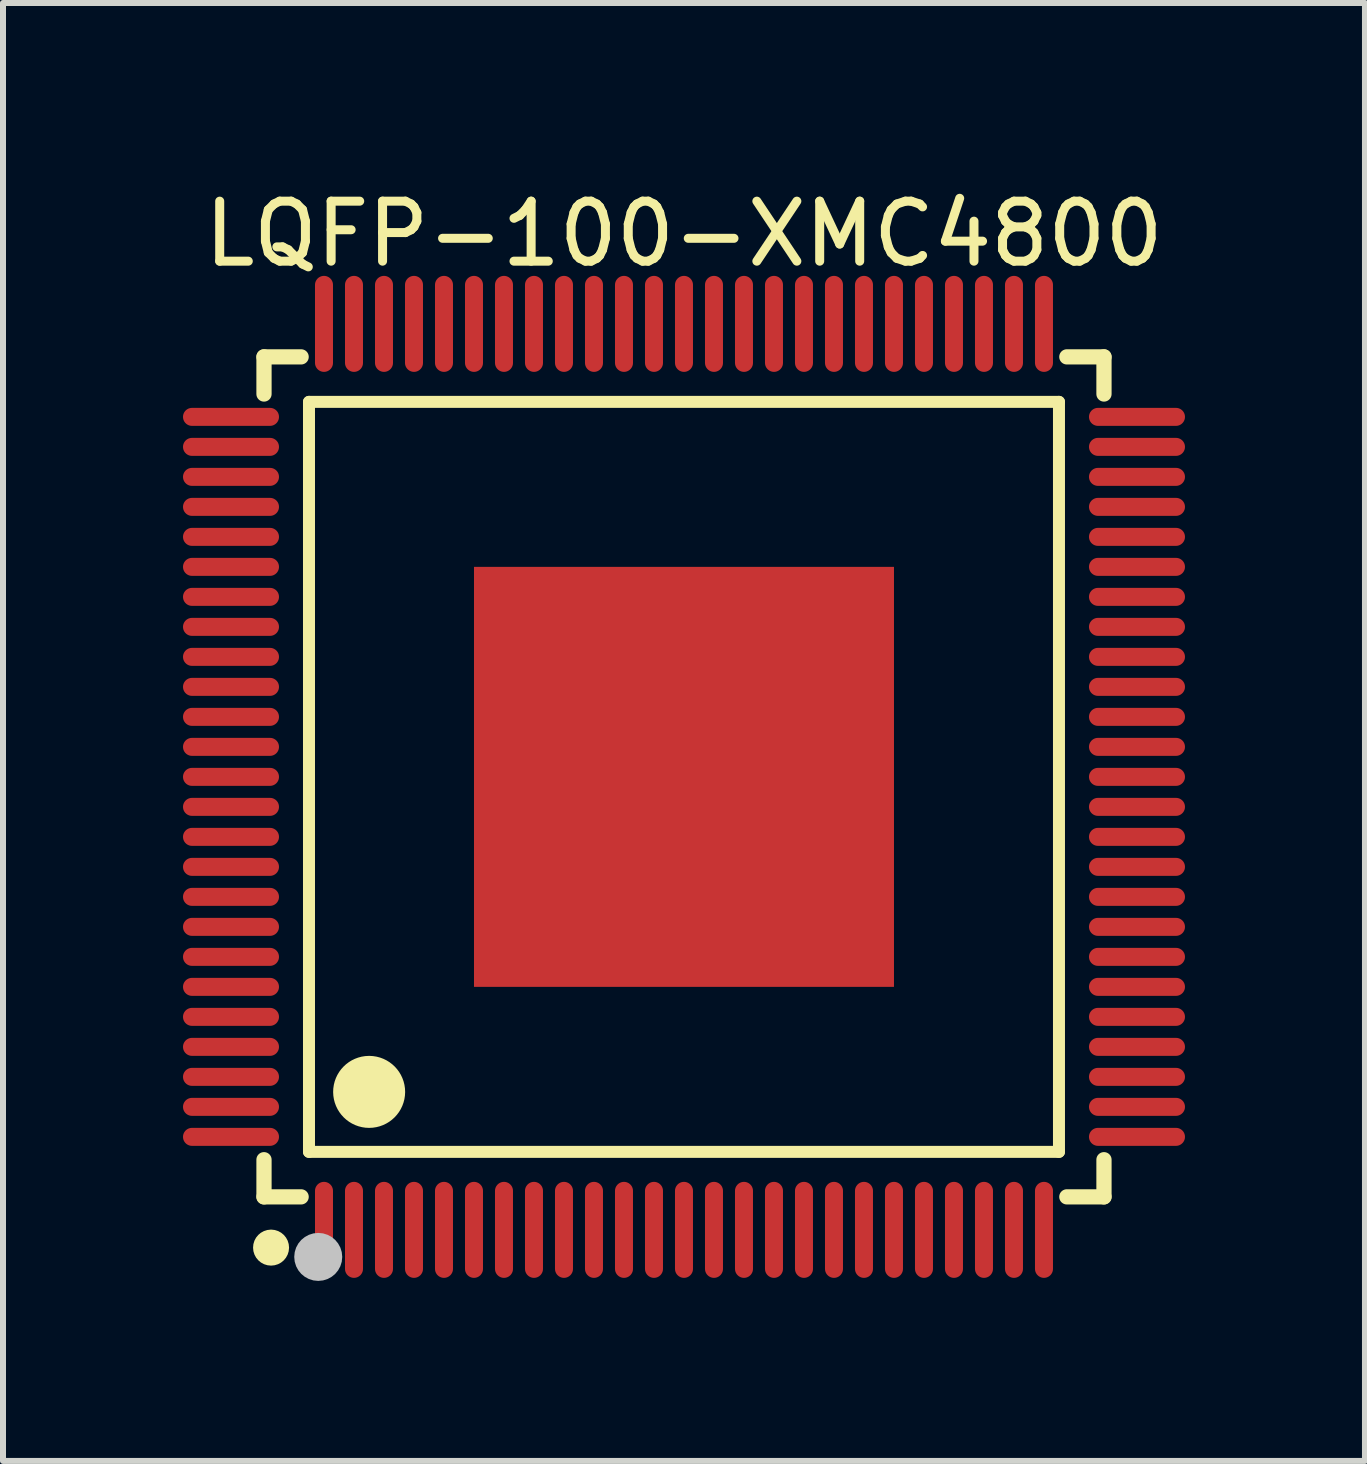
<source format=kicad_pcb>
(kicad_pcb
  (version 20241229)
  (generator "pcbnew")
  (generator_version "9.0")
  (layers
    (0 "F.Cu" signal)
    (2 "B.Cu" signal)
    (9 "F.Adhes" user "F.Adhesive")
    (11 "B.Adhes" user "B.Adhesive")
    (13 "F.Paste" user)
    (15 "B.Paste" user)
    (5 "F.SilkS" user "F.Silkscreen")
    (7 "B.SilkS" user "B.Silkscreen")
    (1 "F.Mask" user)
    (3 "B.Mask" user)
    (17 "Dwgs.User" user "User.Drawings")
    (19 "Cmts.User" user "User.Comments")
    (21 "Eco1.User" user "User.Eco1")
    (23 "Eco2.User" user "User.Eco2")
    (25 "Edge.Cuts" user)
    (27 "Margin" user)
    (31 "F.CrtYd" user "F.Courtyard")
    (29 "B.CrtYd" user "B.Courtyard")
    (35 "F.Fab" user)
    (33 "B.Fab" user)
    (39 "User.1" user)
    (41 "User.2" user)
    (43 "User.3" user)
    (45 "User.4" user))
  (footprint "LQFP-100-XMC4800"
    (layer "F.Cu")
    (at 8.35 9.898)
    (property "Reference" "LQFP-100-XMC4800" (at 0 -9.05 0) (layer "F.SilkS") (effects (font (size 1 1) (thickness 0.15))))
    (fp_line (start -7 -7) (end -6.381 -7) (stroke (width 0.254) (type default)) (layer "F.SilkS"))
    (fp_line (start -7 -6.381) (end -7 -7) (stroke (width 0.254) (type default)) (layer "F.SilkS"))
    (fp_line (start -7 7) (end -7 6.381) (stroke (width 0.254) (type default)) (layer "F.SilkS"))
    (fp_line (start -6.381 7) (end -7 7) (stroke (width 0.254) (type default)) (layer "F.SilkS"))
    (fp_line (start -6.25 -6.25) (end -6.25 6.25) (stroke (width 0.2) (type default)) (layer "F.SilkS"))
    (fp_line (start -6.25 6.25) (end 6.25 6.25) (stroke (width 0.2) (type default)) (layer "F.SilkS"))
    (fp_line (start 6.25 -6.25) (end -6.25 -6.25) (stroke (width 0.2) (type default)) (layer "F.SilkS"))
    (fp_line (start 6.25 6.25) (end 6.25 -6.25) (stroke (width 0.2) (type default)) (layer "F.SilkS"))
    (fp_line (start 6.381 -7) (end 7 -7) (stroke (width 0.254) (type default)) (layer "F.SilkS"))
    (fp_line (start 7 -7) (end 7 -6.381) (stroke (width 0.254) (type default)) (layer "F.SilkS"))
    (fp_line (start 7 6.381) (end 7 7) (stroke (width 0.254) (type default)) (layer "F.SilkS"))
    (fp_line (start 7 7) (end 6.381 7) (stroke (width 0.254) (type default)) (layer "F.SilkS"))
    (fp_arc (start -6.881 7.696) (mid -6.88175 7.996003) (end -6.8835 7.696) (stroke (width 0.3) (type default)) (layer "F.SilkS"))
    (fp_arc (start -5.245 4.9505) (mid -5.2475 5.55051) (end -5.25 4.9505) (stroke (width 0.6) (type default)) (layer "F.SilkS"))
    (fp_circle (center -6.096 8.001) (end -5.896 8.001) (stroke (width 0.4) (type default)) (fill no) (layer "Dwgs.User"))
    (fp_poly (pts (xy -8.002 -5.89) (xy -8.002 -6.11) (xy -7.352 -6.11) (xy -7.352 -5.89)) (stroke (width 0.1) (type default)) (fill no) (layer "User.1"))
    (fp_poly (pts (xy -8.002 -5.39) (xy -8.002 -5.61) (xy -7.352 -5.61) (xy -7.352 -5.39)) (stroke (width 0.1) (type default)) (fill no) (layer "User.1"))
    (fp_poly (pts (xy -8.002 -4.89) (xy -8.002 -5.11) (xy -7.352 -5.11) (xy -7.352 -4.89)) (stroke (width 0.1) (type default)) (fill no) (layer "User.1"))
    (fp_poly (pts (xy -8.002 -4.39) (xy -8.002 -4.61) (xy -7.352 -4.61) (xy -7.352 -4.39)) (stroke (width 0.1) (type default)) (fill no) (layer "User.1"))
    (fp_poly (pts (xy -8.002 -3.89) (xy -8.002 -4.11) (xy -7.352 -4.11) (xy -7.352 -3.89)) (stroke (width 0.1) (type default)) (fill no) (layer "User.1"))
    (fp_poly (pts (xy -8.002 -3.39) (xy -8.002 -3.61) (xy -7.352 -3.61) (xy -7.352 -3.39)) (stroke (width 0.1) (type default)) (fill no) (layer "User.1"))
    (fp_poly (pts (xy -8.002 -2.89) (xy -8.002 -3.11) (xy -7.352 -3.11) (xy -7.352 -2.89)) (stroke (width 0.1) (type default)) (fill no) (layer "User.1"))
    (fp_poly (pts (xy -8.002 -2.39) (xy -8.002 -2.61) (xy -7.352 -2.61) (xy -7.352 -2.39)) (stroke (width 0.1) (type default)) (fill no) (layer "User.1"))
    (fp_poly (pts (xy -8.002 -1.89) (xy -8.002 -2.11) (xy -7.352 -2.11) (xy -7.352 -1.89)) (stroke (width 0.1) (type default)) (fill no) (layer "User.1"))
    (fp_poly (pts (xy -8.002 -1.39) (xy -8.002 -1.61) (xy -7.352 -1.61) (xy -7.352 -1.39)) (stroke (width 0.1) (type default)) (fill no) (layer "User.1"))
    (fp_poly (pts (xy -8.002 -0.89) (xy -8.002 -1.11) (xy -7.352 -1.11) (xy -7.352 -0.89)) (stroke (width 0.1) (type default)) (fill no) (layer "User.1"))
    (fp_poly (pts (xy -8.002 -0.39) (xy -8.002 -0.61) (xy -7.352 -0.61) (xy -7.352 -0.39)) (stroke (width 0.1) (type default)) (fill no) (layer "User.1"))
    (fp_poly (pts (xy -8.002 0.11) (xy -8.002 -0.11) (xy -7.352 -0.11) (xy -7.352 0.11)) (stroke (width 0.1) (type default)) (fill no) (layer "User.1"))
    (fp_poly (pts (xy -8.002 0.61) (xy -8.002 0.39) (xy -7.352 0.39) (xy -7.352 0.61)) (stroke (width 0.1) (type default)) (fill no) (layer "User.1"))
    (fp_poly (pts (xy -8.002 1.11) (xy -8.002 0.89) (xy -7.352 0.89) (xy -7.352 1.11)) (stroke (width 0.1) (type default)) (fill no) (layer "User.1"))
    (fp_poly (pts (xy -8.002 1.61) (xy -8.002 1.39) (xy -7.352 1.39) (xy -7.352 1.61)) (stroke (width 0.1) (type default)) (fill no) (layer "User.1"))
    (fp_poly (pts (xy -8.002 2.11) (xy -8.002 1.89) (xy -7.352 1.89) (xy -7.352 2.11)) (stroke (width 0.1) (type default)) (fill no) (layer "User.1"))
    (fp_poly (pts (xy -8.002 2.61) (xy -8.002 2.39) (xy -7.352 2.39) (xy -7.352 2.61)) (stroke (width 0.1) (type default)) (fill no) (layer "User.1"))
    (fp_poly (pts (xy -8.002 3.11) (xy -8.002 2.89) (xy -7.352 2.89) (xy -7.352 3.11)) (stroke (width 0.1) (type default)) (fill no) (layer "User.1"))
    (fp_poly (pts (xy -8.002 3.61) (xy -8.002 3.39) (xy -7.352 3.39) (xy -7.352 3.61)) (stroke (width 0.1) (type default)) (fill no) (layer "User.1"))
    (fp_poly (pts (xy -8.002 4.11) (xy -8.002 3.89) (xy -7.352 3.89) (xy -7.352 4.11)) (stroke (width 0.1) (type default)) (fill no) (layer "User.1"))
    (fp_poly (pts (xy -8.002 4.61) (xy -8.002 4.39) (xy -7.352 4.39) (xy -7.352 4.61)) (stroke (width 0.1) (type default)) (fill no) (layer "User.1"))
    (fp_poly (pts (xy -8.002 5.11) (xy -8.002 4.89) (xy -7.352 4.89) (xy -7.352 5.11)) (stroke (width 0.1) (type default)) (fill no) (layer "User.1"))
    (fp_poly (pts (xy -8.002 5.61) (xy -8.002 5.39) (xy -7.352 5.39) (xy -7.352 5.61)) (stroke (width 0.1) (type default)) (fill no) (layer "User.1"))
    (fp_poly (pts (xy -8.002 6.111) (xy -8.002 5.891) (xy -7.352 5.891) (xy -7.352 6.111)) (stroke (width 0.1) (type default)) (fill no) (layer "User.1"))
    (fp_poly (pts (xy -6.111 -8.002) (xy -5.891 -8.002) (xy -5.891 -7.352) (xy -6.111 -7.352)) (stroke (width 0.1) (type default)) (fill no) (layer "User.1"))
    (fp_poly (pts (xy -5.89 8.002) (xy -6.11 8.002) (xy -6.11 7.352) (xy -5.89 7.352)) (stroke (width 0.1) (type default)) (fill no) (layer "User.1"))
    (fp_poly (pts (xy -5.61 -8.002) (xy -5.39 -8.002) (xy -5.39 -7.352) (xy -5.61 -7.352)) (stroke (width 0.1) (type default)) (fill no) (layer "User.1"))
    (fp_poly (pts (xy -5.39 8.002) (xy -5.61 8.002) (xy -5.61 7.352) (xy -5.39 7.352)) (stroke (width 0.1) (type default)) (fill no) (layer "User.1"))
    (fp_poly (pts (xy -5.11 -8.002) (xy -4.89 -8.002) (xy -4.89 -7.352) (xy -5.11 -7.352)) (stroke (width 0.1) (type default)) (fill no) (layer "User.1"))
    (fp_poly (pts (xy -4.89 8.002) (xy -5.11 8.002) (xy -5.11 7.352) (xy -4.89 7.352)) (stroke (width 0.1) (type default)) (fill no) (layer "User.1"))
    (fp_poly (pts (xy -4.61 -8.002) (xy -4.39 -8.002) (xy -4.39 -7.352) (xy -4.61 -7.352)) (stroke (width 0.1) (type default)) (fill no) (layer "User.1"))
    (fp_poly (pts (xy -4.39 8.002) (xy -4.61 8.002) (xy -4.61 7.352) (xy -4.39 7.352)) (stroke (width 0.1) (type default)) (fill no) (layer "User.1"))
    (fp_poly (pts (xy -4.11 -8.002) (xy -3.89 -8.002) (xy -3.89 -7.352) (xy -4.11 -7.352)) (stroke (width 0.1) (type default)) (fill no) (layer "User.1"))
    (fp_poly (pts (xy -3.89 8.002) (xy -4.11 8.002) (xy -4.11 7.352) (xy -3.89 7.352)) (stroke (width 0.1) (type default)) (fill no) (layer "User.1"))
    (fp_poly (pts (xy -3.61 -8.002) (xy -3.39 -8.002) (xy -3.39 -7.352) (xy -3.61 -7.352)) (stroke (width 0.1) (type default)) (fill no) (layer "User.1"))
    (fp_poly (pts (xy -3.5 -3.5) (xy 3.5 -3.5) (xy 3.5 3.5) (xy -3.5 3.5)) (stroke (width 0.1) (type default)) (fill no) (layer "User.1"))
    (fp_poly (pts (xy -3.39 8.002) (xy -3.61 8.002) (xy -3.61 7.352) (xy -3.39 7.352)) (stroke (width 0.1) (type default)) (fill no) (layer "User.1"))
    (fp_poly (pts (xy -3.11 -8.002) (xy -2.89 -8.002) (xy -2.89 -7.352) (xy -3.11 -7.352)) (stroke (width 0.1) (type default)) (fill no) (layer "User.1"))
    (fp_poly (pts (xy -2.89 8.002) (xy -3.11 8.002) (xy -3.11 7.352) (xy -2.89 7.352)) (stroke (width 0.1) (type default)) (fill no) (layer "User.1"))
    (fp_poly (pts (xy -2.61 -8.002) (xy -2.39 -8.002) (xy -2.39 -7.352) (xy -2.61 -7.352)) (stroke (width 0.1) (type default)) (fill no) (layer "User.1"))
    (fp_poly (pts (xy -2.39 8.002) (xy -2.61 8.002) (xy -2.61 7.352) (xy -2.39 7.352)) (stroke (width 0.1) (type default)) (fill no) (layer "User.1"))
    (fp_poly (pts (xy -2.11 -8.002) (xy -1.89 -8.002) (xy -1.89 -7.352) (xy -2.11 -7.352)) (stroke (width 0.1) (type default)) (fill no) (layer "User.1"))
    (fp_poly (pts (xy -1.89 8.002) (xy -2.11 8.002) (xy -2.11 7.352) (xy -1.89 7.352)) (stroke (width 0.1) (type default)) (fill no) (layer "User.1"))
    (fp_poly (pts (xy -1.61 -8.002) (xy -1.39 -8.002) (xy -1.39 -7.352) (xy -1.61 -7.352)) (stroke (width 0.1) (type default)) (fill no) (layer "User.1"))
    (fp_poly (pts (xy -1.39 8.002) (xy -1.61 8.002) (xy -1.61 7.352) (xy -1.39 7.352)) (stroke (width 0.1) (type default)) (fill no) (layer "User.1"))
    (fp_poly (pts (xy -1.11 -8.002) (xy -0.89 -8.002) (xy -0.89 -7.352) (xy -1.11 -7.352)) (stroke (width 0.1) (type default)) (fill no) (layer "User.1"))
    (fp_poly (pts (xy -0.89 8.002) (xy -1.11 8.002) (xy -1.11 7.352) (xy -0.89 7.352)) (stroke (width 0.1) (type default)) (fill no) (layer "User.1"))
    (fp_poly (pts (xy -0.61 -8.002) (xy -0.39 -8.002) (xy -0.39 -7.352) (xy -0.61 -7.352)) (stroke (width 0.1) (type default)) (fill no) (layer "User.1"))
    (fp_poly (pts (xy -0.39 8.002) (xy -0.61 8.002) (xy -0.61 7.352) (xy -0.39 7.352)) (stroke (width 0.1) (type default)) (fill no) (layer "User.1"))
    (fp_poly (pts (xy -0.11 -8.002) (xy 0.11 -8.002) (xy 0.11 -7.352) (xy -0.11 -7.352)) (stroke (width 0.1) (type default)) (fill no) (layer "User.1"))
    (fp_poly (pts (xy 0.11 8.002) (xy -0.11 8.002) (xy -0.11 7.352) (xy 0.11 7.352)) (stroke (width 0.1) (type default)) (fill no) (layer "User.1"))
    (fp_poly (pts (xy 0.39 -8.002) (xy 0.61 -8.002) (xy 0.61 -7.352) (xy 0.39 -7.352)) (stroke (width 0.1) (type default)) (fill no) (layer "User.1"))
    (fp_poly (pts (xy 0.61 8.002) (xy 0.39 8.002) (xy 0.39 7.352) (xy 0.61 7.352)) (stroke (width 0.1) (type default)) (fill no) (layer "User.1"))
    (fp_poly (pts (xy 0.89 -8.002) (xy 1.11 -8.002) (xy 1.11 -7.352) (xy 0.89 -7.352)) (stroke (width 0.1) (type default)) (fill no) (layer "User.1"))
    (fp_poly (pts (xy 1.11 8.002) (xy 0.89 8.002) (xy 0.89 7.352) (xy 1.11 7.352)) (stroke (width 0.1) (type default)) (fill no) (layer "User.1"))
    (fp_poly (pts (xy 1.39 -8.002) (xy 1.61 -8.002) (xy 1.61 -7.352) (xy 1.39 -7.352)) (stroke (width 0.1) (type default)) (fill no) (layer "User.1"))
    (fp_poly (pts (xy 1.61 8.002) (xy 1.39 8.002) (xy 1.39 7.352) (xy 1.61 7.352)) (stroke (width 0.1) (type default)) (fill no) (layer "User.1"))
    (fp_poly (pts (xy 1.89 -8.002) (xy 2.11 -8.002) (xy 2.11 -7.352) (xy 1.89 -7.352)) (stroke (width 0.1) (type default)) (fill no) (layer "User.1"))
    (fp_poly (pts (xy 2.11 8.002) (xy 1.89 8.002) (xy 1.89 7.352) (xy 2.11 7.352)) (stroke (width 0.1) (type default)) (fill no) (layer "User.1"))
    (fp_poly (pts (xy 2.39 -8.002) (xy 2.61 -8.002) (xy 2.61 -7.352) (xy 2.39 -7.352)) (stroke (width 0.1) (type default)) (fill no) (layer "User.1"))
    (fp_poly (pts (xy 2.61 8.002) (xy 2.39 8.002) (xy 2.39 7.352) (xy 2.61 7.352)) (stroke (width 0.1) (type default)) (fill no) (layer "User.1"))
    (fp_poly (pts (xy 2.89 -8.002) (xy 3.11 -8.002) (xy 3.11 -7.352) (xy 2.89 -7.352)) (stroke (width 0.1) (type default)) (fill no) (layer "User.1"))
    (fp_poly (pts (xy 3.11 8.002) (xy 2.89 8.002) (xy 2.89 7.352) (xy 3.11 7.352)) (stroke (width 0.1) (type default)) (fill no) (layer "User.1"))
    (fp_poly (pts (xy 3.39 -8.002) (xy 3.61 -8.002) (xy 3.61 -7.352) (xy 3.39 -7.352)) (stroke (width 0.1) (type default)) (fill no) (layer "User.1"))
    (fp_poly (pts (xy 3.61 8.002) (xy 3.39 8.002) (xy 3.39 7.352) (xy 3.61 7.352)) (stroke (width 0.1) (type default)) (fill no) (layer "User.1"))
    (fp_poly (pts (xy 3.89 -8.002) (xy 4.11 -8.002) (xy 4.11 -7.352) (xy 3.89 -7.352)) (stroke (width 0.1) (type default)) (fill no) (layer "User.1"))
    (fp_poly (pts (xy 4.11 8.002) (xy 3.89 8.002) (xy 3.89 7.352) (xy 4.11 7.352)) (stroke (width 0.1) (type default)) (fill no) (layer "User.1"))
    (fp_poly (pts (xy 4.39 -8.002) (xy 4.61 -8.002) (xy 4.61 -7.352) (xy 4.39 -7.352)) (stroke (width 0.1) (type default)) (fill no) (layer "User.1"))
    (fp_poly (pts (xy 4.61 8.002) (xy 4.39 8.002) (xy 4.39 7.352) (xy 4.61 7.352)) (stroke (width 0.1) (type default)) (fill no) (layer "User.1"))
    (fp_poly (pts (xy 4.89 -8.002) (xy 5.11 -8.002) (xy 5.11 -7.352) (xy 4.89 -7.352)) (stroke (width 0.1) (type default)) (fill no) (layer "User.1"))
    (fp_poly (pts (xy 5.11 8.002) (xy 4.89 8.002) (xy 4.89 7.352) (xy 5.11 7.352)) (stroke (width 0.1) (type default)) (fill no) (layer "User.1"))
    (fp_poly (pts (xy 5.39 -8.002) (xy 5.61 -8.002) (xy 5.61 -7.352) (xy 5.39 -7.352)) (stroke (width 0.1) (type default)) (fill no) (layer "User.1"))
    (fp_poly (pts (xy 5.61 8.002) (xy 5.39 8.002) (xy 5.39 7.352) (xy 5.61 7.352)) (stroke (width 0.1) (type default)) (fill no) (layer "User.1"))
    (fp_poly (pts (xy 5.89 -8.002) (xy 6.11 -8.002) (xy 6.11 -7.352) (xy 5.89 -7.352)) (stroke (width 0.1) (type default)) (fill no) (layer "User.1"))
    (fp_poly (pts (xy 6.111 8.002) (xy 5.891 8.002) (xy 5.891 7.352) (xy 6.111 7.352)) (stroke (width 0.1) (type default)) (fill no) (layer "User.1"))
    (fp_poly (pts (xy 8.002 -6.111) (xy 8.002 -5.891) (xy 7.352 -5.891) (xy 7.352 -6.111)) (stroke (width 0.1) (type default)) (fill no) (layer "User.1"))
    (fp_poly (pts (xy 8.002 -5.61) (xy 8.002 -5.39) (xy 7.352 -5.39) (xy 7.352 -5.61)) (stroke (width 0.1) (type default)) (fill no) (layer "User.1"))
    (fp_poly (pts (xy 8.002 -5.11) (xy 8.002 -4.89) (xy 7.352 -4.89) (xy 7.352 -5.11)) (stroke (width 0.1) (type default)) (fill no) (layer "User.1"))
    (fp_poly (pts (xy 8.002 -4.61) (xy 8.002 -4.39) (xy 7.352 -4.39) (xy 7.352 -4.61)) (stroke (width 0.1) (type default)) (fill no) (layer "User.1"))
    (fp_poly (pts (xy 8.002 -4.11) (xy 8.002 -3.89) (xy 7.352 -3.89) (xy 7.352 -4.11)) (stroke (width 0.1) (type default)) (fill no) (layer "User.1"))
    (fp_poly (pts (xy 8.002 -3.61) (xy 8.002 -3.39) (xy 7.352 -3.39) (xy 7.352 -3.61)) (stroke (width 0.1) (type default)) (fill no) (layer "User.1"))
    (fp_poly (pts (xy 8.002 -3.11) (xy 8.002 -2.89) (xy 7.352 -2.89) (xy 7.352 -3.11)) (stroke (width 0.1) (type default)) (fill no) (layer "User.1"))
    (fp_poly (pts (xy 8.002 -2.61) (xy 8.002 -2.39) (xy 7.352 -2.39) (xy 7.352 -2.61)) (stroke (width 0.1) (type default)) (fill no) (layer "User.1"))
    (fp_poly (pts (xy 8.002 -2.11) (xy 8.002 -1.89) (xy 7.352 -1.89) (xy 7.352 -2.11)) (stroke (width 0.1) (type default)) (fill no) (layer "User.1"))
    (fp_poly (pts (xy 8.002 -1.61) (xy 8.002 -1.39) (xy 7.352 -1.39) (xy 7.352 -1.61)) (stroke (width 0.1) (type default)) (fill no) (layer "User.1"))
    (fp_poly (pts (xy 8.002 -1.11) (xy 8.002 -0.89) (xy 7.352 -0.89) (xy 7.352 -1.11)) (stroke (width 0.1) (type default)) (fill no) (layer "User.1"))
    (fp_poly (pts (xy 8.002 -0.61) (xy 8.002 -0.39) (xy 7.352 -0.39) (xy 7.352 -0.61)) (stroke (width 0.1) (type default)) (fill no) (layer "User.1"))
    (fp_poly (pts (xy 8.002 -0.11) (xy 8.002 0.11) (xy 7.352 0.11) (xy 7.352 -0.11)) (stroke (width 0.1) (type default)) (fill no) (layer "User.1"))
    (fp_poly (pts (xy 8.002 0.39) (xy 8.002 0.61) (xy 7.352 0.61) (xy 7.352 0.39)) (stroke (width 0.1) (type default)) (fill no) (layer "User.1"))
    (fp_poly (pts (xy 8.002 0.89) (xy 8.002 1.11) (xy 7.352 1.11) (xy 7.352 0.89)) (stroke (width 0.1) (type default)) (fill no) (layer "User.1"))
    (fp_poly (pts (xy 8.002 1.39) (xy 8.002 1.61) (xy 7.352 1.61) (xy 7.352 1.39)) (stroke (width 0.1) (type default)) (fill no) (layer "User.1"))
    (fp_poly (pts (xy 8.002 1.89) (xy 8.002 2.11) (xy 7.352 2.11) (xy 7.352 1.89)) (stroke (width 0.1) (type default)) (fill no) (layer "User.1"))
    (fp_poly (pts (xy 8.002 2.39) (xy 8.002 2.61) (xy 7.352 2.61) (xy 7.352 2.39)) (stroke (width 0.1) (type default)) (fill no) (layer "User.1"))
    (fp_poly (pts (xy 8.002 2.89) (xy 8.002 3.11) (xy 7.352 3.11) (xy 7.352 2.89)) (stroke (width 0.1) (type default)) (fill no) (layer "User.1"))
    (fp_poly (pts (xy 8.002 3.39) (xy 8.002 3.61) (xy 7.352 3.61) (xy 7.352 3.39)) (stroke (width 0.1) (type default)) (fill no) (layer "User.1"))
    (fp_poly (pts (xy 8.002 3.89) (xy 8.002 4.11) (xy 7.352 4.11) (xy 7.352 3.89)) (stroke (width 0.1) (type default)) (fill no) (layer "User.1"))
    (fp_poly (pts (xy 8.002 4.39) (xy 8.002 4.61) (xy 7.352 4.61) (xy 7.352 4.39)) (stroke (width 0.1) (type default)) (fill no) (layer "User.1"))
    (fp_poly (pts (xy 8.002 4.89) (xy 8.002 5.11) (xy 7.352 5.11) (xy 7.352 4.89)) (stroke (width 0.1) (type default)) (fill no) (layer "User.1"))
    (fp_poly (pts (xy 8.002 5.39) (xy 8.002 5.61) (xy 7.352 5.61) (xy 7.352 5.39)) (stroke (width 0.1) (type default)) (fill no) (layer "User.1"))
    (fp_poly (pts (xy 8.002 5.89) (xy 8.002 6.11) (xy 7.352 6.11) (xy 7.352 5.89)) (stroke (width 0.1) (type default)) (fill no) (layer "User.1"))
    (fp_poly (pts (xy -7.366 -5.89) (xy -6.947 -5.89) (xy -6.947 -5.89) (xy -6.947 -6.107) (xy -6.945 -6.109) (xy -7.365 -6.109) (xy -7.367 -6.107)) (stroke (width 0.1) (type default)) (fill no) (layer "User.1"))
    (fp_poly (pts (xy -7.366 -5.39) (xy -6.947 -5.39) (xy -6.947 -5.39) (xy -6.947 -5.607) (xy -6.945 -5.609) (xy -7.365 -5.609) (xy -7.367 -5.607)) (stroke (width 0.1) (type default)) (fill no) (layer "User.1"))
    (fp_poly (pts (xy -7.366 -4.89) (xy -6.947 -4.89) (xy -6.947 -4.89) (xy -6.947 -5.107) (xy -6.945 -5.109) (xy -7.365 -5.109) (xy -7.367 -5.107)) (stroke (width 0.1) (type default)) (fill no) (layer "User.1"))
    (fp_poly (pts (xy -7.366 -4.39) (xy -6.947 -4.39) (xy -6.947 -4.39) (xy -6.947 -4.607) (xy -6.945 -4.609) (xy -7.365 -4.609) (xy -7.367 -4.607)) (stroke (width 0.1) (type default)) (fill no) (layer "User.1"))
    (fp_poly (pts (xy -7.366 -3.89) (xy -6.947 -3.89) (xy -6.947 -3.89) (xy -6.947 -4.107) (xy -6.945 -4.109) (xy -7.365 -4.109) (xy -7.367 -4.107)) (stroke (width 0.1) (type default)) (fill no) (layer "User.1"))
    (fp_poly (pts (xy -7.366 -3.39) (xy -6.947 -3.39) (xy -6.947 -3.39) (xy -6.947 -3.607) (xy -6.945 -3.61) (xy -7.365 -3.61) (xy -7.367 -3.607)) (stroke (width 0.1) (type default)) (fill no) (layer "User.1"))
    (fp_poly (pts (xy -7.366 -2.89) (xy -6.947 -2.89) (xy -6.947 -2.89) (xy -6.947 -3.107) (xy -6.945 -3.109) (xy -7.365 -3.109) (xy -7.367 -3.107)) (stroke (width 0.1) (type default)) (fill no) (layer "User.1"))
    (fp_poly (pts (xy -7.366 -2.39) (xy -6.947 -2.39) (xy -6.947 -2.39) (xy -6.947 -2.607) (xy -6.945 -2.61) (xy -7.365 -2.61) (xy -7.367 -2.607)) (stroke (width 0.1) (type default)) (fill no) (layer "User.1"))
    (fp_poly (pts (xy -7.366 -1.89) (xy -6.947 -1.89) (xy -6.947 -1.89) (xy -6.947 -2.107) (xy -6.945 -2.109) (xy -7.365 -2.109) (xy -7.367 -2.107)) (stroke (width 0.1) (type default)) (fill no) (layer "User.1"))
    (fp_poly (pts (xy -7.366 -1.39) (xy -6.947 -1.39) (xy -6.947 -1.39) (xy -6.947 -1.607) (xy -6.945 -1.609) (xy -7.365 -1.609) (xy -7.367 -1.607)) (stroke (width 0.1) (type default)) (fill no) (layer "User.1"))
    (fp_poly (pts (xy -7.366 -0.89) (xy -6.947 -0.89) (xy -6.947 -0.89) (xy -6.947 -1.107) (xy -6.945 -1.109) (xy -7.365 -1.109) (xy -7.367 -1.107)) (stroke (width 0.1) (type default)) (fill no) (layer "User.1"))
    (fp_poly (pts (xy -7.366 -0.39) (xy -6.947 -0.39) (xy -6.947 -0.39) (xy -6.947 -0.607) (xy -6.945 -0.609) (xy -7.365 -0.609) (xy -7.367 -0.607)) (stroke (width 0.1) (type default)) (fill no) (layer "User.1"))
    (fp_poly (pts (xy -7.366 0.11) (xy -6.947 0.11) (xy -6.947 0.11) (xy -6.947 -0.107) (xy -6.945 -0.109) (xy -7.365 -0.109) (xy -7.367 -0.107)) (stroke (width 0.1) (type default)) (fill no) (layer "User.1"))
    (fp_poly (pts (xy -7.366 0.61) (xy -6.947 0.61) (xy -6.947 0.61) (xy -6.947 0.393) (xy -6.945 0.391) (xy -7.365 0.391) (xy -7.367 0.393)) (stroke (width 0.1) (type default)) (fill no) (layer "User.1"))
    (fp_poly (pts (xy -7.366 1.11) (xy -6.947 1.11) (xy -6.947 1.11) (xy -6.947 0.892) (xy -6.945 0.891) (xy -7.365 0.891) (xy -7.367 0.892)) (stroke (width 0.1) (type default)) (fill no) (layer "User.1"))
    (fp_poly (pts (xy -7.366 1.61) (xy -6.947 1.61) (xy -6.947 1.61) (xy -6.947 1.393) (xy -6.945 1.391) (xy -7.365 1.391) (xy -7.367 1.393)) (stroke (width 0.1) (type default)) (fill no) (layer "User.1"))
    (fp_poly (pts (xy -7.366 2.11) (xy -6.947 2.11) (xy -6.947 2.11) (xy -6.947 1.893) (xy -6.945 1.891) (xy -7.365 1.891) (xy -7.367 1.893)) (stroke (width 0.1) (type default)) (fill no) (layer "User.1"))
    (fp_poly (pts (xy -7.366 2.61) (xy -6.947 2.61) (xy -6.947 2.61) (xy -6.947 2.393) (xy -6.945 2.391) (xy -7.365 2.391) (xy -7.367 2.393)) (stroke (width 0.1) (type default)) (fill no) (layer "User.1"))
    (fp_poly (pts (xy -7.366 3.11) (xy -6.947 3.11) (xy -6.947 3.11) (xy -6.947 2.893) (xy -6.945 2.891) (xy -7.365 2.891) (xy -7.367 2.893)) (stroke (width 0.1) (type default)) (fill no) (layer "User.1"))
    (fp_poly (pts (xy -7.366 3.61) (xy -6.947 3.61) (xy -6.947 3.61) (xy -6.947 3.393) (xy -6.945 3.391) (xy -7.365 3.391) (xy -7.367 3.393)) (stroke (width 0.1) (type default)) (fill no) (layer "User.1"))
    (fp_poly (pts (xy -7.366 4.11) (xy -6.947 4.11) (xy -6.947 4.11) (xy -6.947 3.893) (xy -6.945 3.891) (xy -7.365 3.891) (xy -7.367 3.893)) (stroke (width 0.1) (type default)) (fill no) (layer "User.1"))
    (fp_poly (pts (xy -7.366 4.61) (xy -6.947 4.61) (xy -6.947 4.61) (xy -6.947 4.393) (xy -6.945 4.391) (xy -7.365 4.391) (xy -7.367 4.393)) (stroke (width 0.1) (type default)) (fill no) (layer "User.1"))
    (fp_poly (pts (xy -7.366 5.11) (xy -6.947 5.11) (xy -6.947 5.11) (xy -6.947 4.893) (xy -6.945 4.891) (xy -7.365 4.891) (xy -7.367 4.893)) (stroke (width 0.1) (type default)) (fill no) (layer "User.1"))
    (fp_poly (pts (xy -7.366 5.61) (xy -6.947 5.61) (xy -6.947 5.61) (xy -6.947 5.393) (xy -6.945 5.391) (xy -7.365 5.391) (xy -7.367 5.393)) (stroke (width 0.1) (type default)) (fill no) (layer "User.1"))
    (fp_poly (pts (xy -7.366 6.11) (xy -6.947 6.11) (xy -6.947 6.11) (xy -6.947 5.893) (xy -6.945 5.891) (xy -7.365 5.891) (xy -7.367 5.893)) (stroke (width 0.1) (type default)) (fill no) (layer "User.1"))
    (fp_poly (pts (xy -6.11 -7.366) (xy -6.11 -6.947) (xy -6.11 -6.947) (xy -5.893 -6.947) (xy -5.891 -6.945) (xy -5.891 -7.365) (xy -5.893 -7.367)) (stroke (width 0.1) (type default)) (fill no) (layer "User.1"))
    (fp_poly (pts (xy -5.89 7.366) (xy -5.89 6.947) (xy -5.89 6.947) (xy -6.107 6.947) (xy -6.109 6.945) (xy -6.109 7.365) (xy -6.107 7.367)) (stroke (width 0.1) (type default)) (fill no) (layer "User.1"))
    (fp_poly (pts (xy -5.61 -7.366) (xy -5.61 -6.947) (xy -5.61 -6.947) (xy -5.393 -6.947) (xy -5.391 -6.945) (xy -5.391 -7.365) (xy -5.393 -7.367)) (stroke (width 0.1) (type default)) (fill no) (layer "User.1"))
    (fp_poly (pts (xy -5.39 7.366) (xy -5.39 6.947) (xy -5.39 6.947) (xy -5.607 6.947) (xy -5.609 6.945) (xy -5.609 7.365) (xy -5.607 7.367)) (stroke (width 0.1) (type default)) (fill no) (layer "User.1"))
    (fp_poly (pts (xy -5.11 -7.366) (xy -5.11 -6.947) (xy -5.11 -6.947) (xy -4.893 -6.947) (xy -4.891 -6.945) (xy -4.891 -7.365) (xy -4.893 -7.367)) (stroke (width 0.1) (type default)) (fill no) (layer "User.1"))
    (fp_poly (pts (xy -4.89 7.366) (xy -4.89 6.947) (xy -4.89 6.947) (xy -5.107 6.947) (xy -5.109 6.945) (xy -5.109 7.365) (xy -5.107 7.367)) (stroke (width 0.1) (type default)) (fill no) (layer "User.1"))
    (fp_poly (pts (xy -4.61 -7.366) (xy -4.61 -6.947) (xy -4.61 -6.947) (xy -4.393 -6.947) (xy -4.391 -6.945) (xy -4.391 -7.365) (xy -4.393 -7.367)) (stroke (width 0.1) (type default)) (fill no) (layer "User.1"))
    (fp_poly (pts (xy -4.39 7.366) (xy -4.39 6.947) (xy -4.39 6.947) (xy -4.607 6.947) (xy -4.609 6.945) (xy -4.609 7.365) (xy -4.607 7.367)) (stroke (width 0.1) (type default)) (fill no) (layer "User.1"))
    (fp_poly (pts (xy -4.11 -7.366) (xy -4.11 -6.947) (xy -4.11 -6.947) (xy -3.893 -6.947) (xy -3.891 -6.945) (xy -3.891 -7.365) (xy -3.893 -7.367)) (stroke (width 0.1) (type default)) (fill no) (layer "User.1"))
    (fp_poly (pts (xy -3.89 7.366) (xy -3.89 6.947) (xy -3.89 6.947) (xy -4.107 6.947) (xy -4.109 6.945) (xy -4.109 7.365) (xy -4.107 7.367)) (stroke (width 0.1) (type default)) (fill no) (layer "User.1"))
    (fp_poly (pts (xy -3.61 -7.366) (xy -3.61 -6.947) (xy -3.61 -6.947) (xy -3.393 -6.947) (xy -3.391 -6.945) (xy -3.391 -7.365) (xy -3.393 -7.367)) (stroke (width 0.1) (type default)) (fill no) (layer "User.1"))
    (fp_poly (pts (xy -3.39 7.366) (xy -3.39 6.947) (xy -3.39 6.947) (xy -3.607 6.947) (xy -3.61 6.945) (xy -3.61 7.365) (xy -3.607 7.367)) (stroke (width 0.1) (type default)) (fill no) (layer "User.1"))
    (fp_poly (pts (xy -3.11 -7.366) (xy -3.11 -6.947) (xy -3.11 -6.947) (xy -2.893 -6.947) (xy -2.891 -6.945) (xy -2.891 -7.365) (xy -2.893 -7.367)) (stroke (width 0.1) (type default)) (fill no) (layer "User.1"))
    (fp_poly (pts (xy -2.89 7.366) (xy -2.89 6.947) (xy -2.89 6.947) (xy -3.107 6.947) (xy -3.109 6.945) (xy -3.109 7.365) (xy -3.107 7.367)) (stroke (width 0.1) (type default)) (fill no) (layer "User.1"))
    (fp_poly (pts (xy -2.61 -7.366) (xy -2.61 -6.947) (xy -2.61 -6.947) (xy -2.393 -6.947) (xy -2.391 -6.945) (xy -2.391 -7.365) (xy -2.393 -7.367)) (stroke (width 0.1) (type default)) (fill no) (layer "User.1"))
    (fp_poly (pts (xy -2.39 7.366) (xy -2.39 6.947) (xy -2.39 6.947) (xy -2.607 6.947) (xy -2.61 6.945) (xy -2.61 7.365) (xy -2.607 7.367)) (stroke (width 0.1) (type default)) (fill no) (layer "User.1"))
    (fp_poly (pts (xy -2.11 -7.366) (xy -2.11 -6.947) (xy -2.11 -6.947) (xy -1.893 -6.947) (xy -1.891 -6.945) (xy -1.891 -7.365) (xy -1.893 -7.367)) (stroke (width 0.1) (type default)) (fill no) (layer "User.1"))
    (fp_poly (pts (xy -1.89 7.366) (xy -1.89 6.947) (xy -1.89 6.947) (xy -2.107 6.947) (xy -2.109 6.945) (xy -2.109 7.365) (xy -2.107 7.367)) (stroke (width 0.1) (type default)) (fill no) (layer "User.1"))
    (fp_poly (pts (xy -1.61 -7.366) (xy -1.61 -6.947) (xy -1.61 -6.947) (xy -1.393 -6.947) (xy -1.391 -6.945) (xy -1.391 -7.365) (xy -1.393 -7.367)) (stroke (width 0.1) (type default)) (fill no) (layer "User.1"))
    (fp_poly (pts (xy -1.39 7.366) (xy -1.39 6.947) (xy -1.39 6.947) (xy -1.607 6.947) (xy -1.609 6.945) (xy -1.609 7.365) (xy -1.607 7.367)) (stroke (width 0.1) (type default)) (fill no) (layer "User.1"))
    (fp_poly (pts (xy -1.11 -7.366) (xy -1.11 -6.947) (xy -1.11 -6.947) (xy -0.892 -6.947) (xy -0.891 -6.945) (xy -0.891 -7.365) (xy -0.892 -7.367)) (stroke (width 0.1) (type default)) (fill no) (layer "User.1"))
    (fp_poly (pts (xy -0.89 7.366) (xy -0.89 6.947) (xy -0.89 6.947) (xy -1.107 6.947) (xy -1.109 6.945) (xy -1.109 7.365) (xy -1.107 7.367)) (stroke (width 0.1) (type default)) (fill no) (layer "User.1"))
    (fp_poly (pts (xy -0.61 -7.366) (xy -0.61 -6.947) (xy -0.61 -6.947) (xy -0.393 -6.947) (xy -0.391 -6.945) (xy -0.391 -7.365) (xy -0.393 -7.367)) (stroke (width 0.1) (type default)) (fill no) (layer "User.1"))
    (fp_poly (pts (xy -0.39 7.366) (xy -0.39 6.947) (xy -0.39 6.947) (xy -0.607 6.947) (xy -0.609 6.945) (xy -0.609 7.365) (xy -0.607 7.367)) (stroke (width 0.1) (type default)) (fill no) (layer "User.1"))
    (fp_poly (pts (xy -0.11 -7.366) (xy -0.11 -6.947) (xy -0.11 -6.947) (xy 0.107 -6.947) (xy 0.109 -6.945) (xy 0.109 -7.365) (xy 0.107 -7.367)) (stroke (width 0.1) (type default)) (fill no) (layer "User.1"))
    (fp_poly (pts (xy 0.11 7.366) (xy 0.11 6.947) (xy 0.11 6.947) (xy -0.107 6.947) (xy -0.109 6.945) (xy -0.109 7.365) (xy -0.107 7.367)) (stroke (width 0.1) (type default)) (fill no) (layer "User.1"))
    (fp_poly (pts (xy 0.39 -7.366) (xy 0.39 -6.947) (xy 0.39 -6.947) (xy 0.607 -6.947) (xy 0.609 -6.945) (xy 0.609 -7.365) (xy 0.607 -7.367)) (stroke (width 0.1) (type default)) (fill no) (layer "User.1"))
    (fp_poly (pts (xy 0.61 7.366) (xy 0.61 6.947) (xy 0.61 6.947) (xy 0.393 6.947) (xy 0.391 6.945) (xy 0.391 7.365) (xy 0.393 7.367)) (stroke (width 0.1) (type default)) (fill no) (layer "User.1"))
    (fp_poly (pts (xy 0.89 -7.366) (xy 0.89 -6.947) (xy 0.89 -6.947) (xy 1.107 -6.947) (xy 1.109 -6.945) (xy 1.109 -7.365) (xy 1.107 -7.367)) (stroke (width 0.1) (type default)) (fill no) (layer "User.1"))
    (fp_poly (pts (xy 1.11 7.366) (xy 1.11 6.947) (xy 1.11 6.947) (xy 0.892 6.947) (xy 0.891 6.945) (xy 0.891 7.365) (xy 0.892 7.367)) (stroke (width 0.1) (type default)) (fill no) (layer "User.1"))
    (fp_poly (pts (xy 1.39 -7.366) (xy 1.39 -6.947) (xy 1.39 -6.947) (xy 1.607 -6.947) (xy 1.609 -6.945) (xy 1.609 -7.365) (xy 1.607 -7.367)) (stroke (width 0.1) (type default)) (fill no) (layer "User.1"))
    (fp_poly (pts (xy 1.61 7.366) (xy 1.61 6.947) (xy 1.61 6.947) (xy 1.393 6.947) (xy 1.391 6.945) (xy 1.391 7.365) (xy 1.393 7.367)) (stroke (width 0.1) (type default)) (fill no) (layer "User.1"))
    (fp_poly (pts (xy 1.89 -7.366) (xy 1.89 -6.947) (xy 1.89 -6.947) (xy 2.107 -6.947) (xy 2.109 -6.945) (xy 2.109 -7.365) (xy 2.107 -7.367)) (stroke (width 0.1) (type default)) (fill no) (layer "User.1"))
    (fp_poly (pts (xy 2.11 7.366) (xy 2.11 6.947) (xy 2.11 6.947) (xy 1.893 6.947) (xy 1.891 6.945) (xy 1.891 7.365) (xy 1.893 7.367)) (stroke (width 0.1) (type default)) (fill no) (layer "User.1"))
    (fp_poly (pts (xy 2.39 -7.366) (xy 2.39 -6.947) (xy 2.39 -6.947) (xy 2.607 -6.947) (xy 2.61 -6.945) (xy 2.61 -7.365) (xy 2.607 -7.367)) (stroke (width 0.1) (type default)) (fill no) (layer "User.1"))
    (fp_poly (pts (xy 2.61 7.366) (xy 2.61 6.947) (xy 2.61 6.947) (xy 2.393 6.947) (xy 2.391 6.945) (xy 2.391 7.365) (xy 2.393 7.367)) (stroke (width 0.1) (type default)) (fill no) (layer "User.1"))
    (fp_poly (pts (xy 2.89 -7.366) (xy 2.89 -6.947) (xy 2.89 -6.947) (xy 3.107 -6.947) (xy 3.109 -6.945) (xy 3.109 -7.365) (xy 3.107 -7.367)) (stroke (width 0.1) (type default)) (fill no) (layer "User.1"))
    (fp_poly (pts (xy 3.11 7.366) (xy 3.11 6.947) (xy 3.11 6.947) (xy 2.893 6.947) (xy 2.891 6.945) (xy 2.891 7.365) (xy 2.893 7.367)) (stroke (width 0.1) (type default)) (fill no) (layer "User.1"))
    (fp_poly (pts (xy 3.39 -7.366) (xy 3.39 -6.947) (xy 3.39 -6.947) (xy 3.607 -6.947) (xy 3.61 -6.945) (xy 3.61 -7.365) (xy 3.607 -7.367)) (stroke (width 0.1) (type default)) (fill no) (layer "User.1"))
    (fp_poly (pts (xy 3.61 7.366) (xy 3.61 6.947) (xy 3.61 6.947) (xy 3.393 6.947) (xy 3.391 6.945) (xy 3.391 7.365) (xy 3.393 7.367)) (stroke (width 0.1) (type default)) (fill no) (layer "User.1"))
    (fp_poly (pts (xy 3.89 -7.366) (xy 3.89 -6.947) (xy 3.89 -6.947) (xy 4.107 -6.947) (xy 4.109 -6.945) (xy 4.109 -7.365) (xy 4.107 -7.367)) (stroke (width 0.1) (type default)) (fill no) (layer "User.1"))
    (fp_poly (pts (xy 4.11 7.366) (xy 4.11 6.947) (xy 4.11 6.947) (xy 3.893 6.947) (xy 3.891 6.945) (xy 3.891 7.365) (xy 3.893 7.367)) (stroke (width 0.1) (type default)) (fill no) (layer "User.1"))
    (fp_poly (pts (xy 4.39 -7.366) (xy 4.39 -6.947) (xy 4.39 -6.947) (xy 4.607 -6.947) (xy 4.609 -6.945) (xy 4.609 -7.365) (xy 4.607 -7.367)) (stroke (width 0.1) (type default)) (fill no) (layer "User.1"))
    (fp_poly (pts (xy 4.61 7.366) (xy 4.61 6.947) (xy 4.61 6.947) (xy 4.393 6.947) (xy 4.391 6.945) (xy 4.391 7.365) (xy 4.393 7.367)) (stroke (width 0.1) (type default)) (fill no) (layer "User.1"))
    (fp_poly (pts (xy 4.89 -7.366) (xy 4.89 -6.947) (xy 4.89 -6.947) (xy 5.107 -6.947) (xy 5.109 -6.945) (xy 5.109 -7.365) (xy 5.107 -7.367)) (stroke (width 0.1) (type default)) (fill no) (layer "User.1"))
    (fp_poly (pts (xy 5.11 7.366) (xy 5.11 6.947) (xy 5.11 6.947) (xy 4.893 6.947) (xy 4.891 6.945) (xy 4.891 7.365) (xy 4.893 7.367)) (stroke (width 0.1) (type default)) (fill no) (layer "User.1"))
    (fp_poly (pts (xy 5.39 -7.366) (xy 5.39 -6.947) (xy 5.39 -6.947) (xy 5.607 -6.947) (xy 5.609 -6.945) (xy 5.609 -7.365) (xy 5.607 -7.367)) (stroke (width 0.1) (type default)) (fill no) (layer "User.1"))
    (fp_poly (pts (xy 5.61 7.366) (xy 5.61 6.947) (xy 5.61 6.947) (xy 5.393 6.947) (xy 5.391 6.945) (xy 5.391 7.365) (xy 5.393 7.367)) (stroke (width 0.1) (type default)) (fill no) (layer "User.1"))
    (fp_poly (pts (xy 5.89 -7.366) (xy 5.89 -6.947) (xy 5.89 -6.947) (xy 6.107 -6.947) (xy 6.109 -6.945) (xy 6.109 -7.365) (xy 6.107 -7.367)) (stroke (width 0.1) (type default)) (fill no) (layer "User.1"))
    (fp_poly (pts (xy 6.11 7.366) (xy 6.11 6.947) (xy 6.11 6.947) (xy 5.893 6.947) (xy 5.891 6.945) (xy 5.891 7.365) (xy 5.893 7.367)) (stroke (width 0.1) (type default)) (fill no) (layer "User.1"))
    (fp_poly (pts (xy 7.366 -6.11) (xy 6.947 -6.11) (xy 6.947 -6.11) (xy 6.947 -5.893) (xy 6.945 -5.891) (xy 7.365 -5.891) (xy 7.367 -5.893)) (stroke (width 0.1) (type default)) (fill no) (layer "User.1"))
    (fp_poly (pts (xy 7.366 -5.61) (xy 6.947 -5.61) (xy 6.947 -5.61) (xy 6.947 -5.393) (xy 6.945 -5.391) (xy 7.365 -5.391) (xy 7.367 -5.393)) (stroke (width 0.1) (type default)) (fill no) (layer "User.1"))
    (fp_poly (pts (xy 7.366 -5.11) (xy 6.947 -5.11) (xy 6.947 -5.11) (xy 6.947 -4.893) (xy 6.945 -4.891) (xy 7.365 -4.891) (xy 7.367 -4.893)) (stroke (width 0.1) (type default)) (fill no) (layer "User.1"))
    (fp_poly (pts (xy 7.366 -4.61) (xy 6.947 -4.61) (xy 6.947 -4.61) (xy 6.947 -4.393) (xy 6.945 -4.391) (xy 7.365 -4.391) (xy 7.367 -4.393)) (stroke (width 0.1) (type default)) (fill no) (layer "User.1"))
    (fp_poly (pts (xy 7.366 -4.11) (xy 6.947 -4.11) (xy 6.947 -4.11) (xy 6.947 -3.893) (xy 6.945 -3.891) (xy 7.365 -3.891) (xy 7.367 -3.893)) (stroke (width 0.1) (type default)) (fill no) (layer "User.1"))
    (fp_poly (pts (xy 7.366 -3.61) (xy 6.947 -3.61) (xy 6.947 -3.61) (xy 6.947 -3.393) (xy 6.945 -3.391) (xy 7.365 -3.391) (xy 7.367 -3.393)) (stroke (width 0.1) (type default)) (fill no) (layer "User.1"))
    (fp_poly (pts (xy 7.366 -3.11) (xy 6.947 -3.11) (xy 6.947 -3.11) (xy 6.947 -2.893) (xy 6.945 -2.891) (xy 7.365 -2.891) (xy 7.367 -2.893)) (stroke (width 0.1) (type default)) (fill no) (layer "User.1"))
    (fp_poly (pts (xy 7.366 -2.61) (xy 6.947 -2.61) (xy 6.947 -2.61) (xy 6.947 -2.393) (xy 6.945 -2.391) (xy 7.365 -2.391) (xy 7.367 -2.393)) (stroke (width 0.1) (type default)) (fill no) (layer "User.1"))
    (fp_poly (pts (xy 7.366 -2.11) (xy 6.947 -2.11) (xy 6.947 -2.11) (xy 6.947 -1.893) (xy 6.945 -1.891) (xy 7.365 -1.891) (xy 7.367 -1.893)) (stroke (width 0.1) (type default)) (fill no) (layer "User.1"))
    (fp_poly (pts (xy 7.366 -1.61) (xy 6.947 -1.61) (xy 6.947 -1.61) (xy 6.947 -1.393) (xy 6.945 -1.391) (xy 7.365 -1.391) (xy 7.367 -1.393)) (stroke (width 0.1) (type default)) (fill no) (layer "User.1"))
    (fp_poly (pts (xy 7.366 -1.11) (xy 6.947 -1.11) (xy 6.947 -1.11) (xy 6.947 -0.892) (xy 6.945 -0.891) (xy 7.365 -0.891) (xy 7.367 -0.892)) (stroke (width 0.1) (type default)) (fill no) (layer "User.1"))
    (fp_poly (pts (xy 7.366 -0.61) (xy 6.947 -0.61) (xy 6.947 -0.61) (xy 6.947 -0.393) (xy 6.945 -0.391) (xy 7.365 -0.391) (xy 7.367 -0.393)) (stroke (width 0.1) (type default)) (fill no) (layer "User.1"))
    (fp_poly (pts (xy 7.366 -0.11) (xy 6.947 -0.11) (xy 6.947 -0.11) (xy 6.947 0.107) (xy 6.945 0.109) (xy 7.365 0.109) (xy 7.367 0.107)) (stroke (width 0.1) (type default)) (fill no) (layer "User.1"))
    (fp_poly (pts (xy 7.366 0.39) (xy 6.947 0.39) (xy 6.947 0.39) (xy 6.947 0.607) (xy 6.945 0.609) (xy 7.365 0.609) (xy 7.367 0.607)) (stroke (width 0.1) (type default)) (fill no) (layer "User.1"))
    (fp_poly (pts (xy 7.366 0.89) (xy 6.947 0.89) (xy 6.947 0.89) (xy 6.947 1.107) (xy 6.945 1.109) (xy 7.365 1.109) (xy 7.367 1.107)) (stroke (width 0.1) (type default)) (fill no) (layer "User.1"))
    (fp_poly (pts (xy 7.366 1.39) (xy 6.947 1.39) (xy 6.947 1.39) (xy 6.947 1.607) (xy 6.945 1.609) (xy 7.365 1.609) (xy 7.367 1.607)) (stroke (width 0.1) (type default)) (fill no) (layer "User.1"))
    (fp_poly (pts (xy 7.366 1.89) (xy 6.947 1.89) (xy 6.947 1.89) (xy 6.947 2.107) (xy 6.945 2.109) (xy 7.365 2.109) (xy 7.367 2.107)) (stroke (width 0.1) (type default)) (fill no) (layer "User.1"))
    (fp_poly (pts (xy 7.366 2.39) (xy 6.947 2.39) (xy 6.947 2.39) (xy 6.947 2.607) (xy 6.945 2.61) (xy 7.365 2.61) (xy 7.367 2.607)) (stroke (width 0.1) (type default)) (fill no) (layer "User.1"))
    (fp_poly (pts (xy 7.366 2.89) (xy 6.947 2.89) (xy 6.947 2.89) (xy 6.947 3.107) (xy 6.945 3.109) (xy 7.365 3.109) (xy 7.367 3.107)) (stroke (width 0.1) (type default)) (fill no) (layer "User.1"))
    (fp_poly (pts (xy 7.366 3.39) (xy 6.947 3.39) (xy 6.947 3.39) (xy 6.947 3.607) (xy 6.945 3.61) (xy 7.365 3.61) (xy 7.367 3.607)) (stroke (width 0.1) (type default)) (fill no) (layer "User.1"))
    (fp_poly (pts (xy 7.366 3.89) (xy 6.947 3.89) (xy 6.947 3.89) (xy 6.947 4.107) (xy 6.945 4.109) (xy 7.365 4.109) (xy 7.367 4.107)) (stroke (width 0.1) (type default)) (fill no) (layer "User.1"))
    (fp_poly (pts (xy 7.366 4.39) (xy 6.947 4.39) (xy 6.947 4.39) (xy 6.947 4.607) (xy 6.945 4.609) (xy 7.365 4.609) (xy 7.367 4.607)) (stroke (width 0.1) (type default)) (fill no) (layer "User.1"))
    (fp_poly (pts (xy 7.366 4.89) (xy 6.947 4.89) (xy 6.947 4.89) (xy 6.947 5.107) (xy 6.945 5.109) (xy 7.365 5.109) (xy 7.367 5.107)) (stroke (width 0.1) (type default)) (fill no) (layer "User.1"))
    (fp_poly (pts (xy 7.366 5.39) (xy 6.947 5.39) (xy 6.947 5.39) (xy 6.947 5.607) (xy 6.945 5.609) (xy 7.365 5.609) (xy 7.367 5.607)) (stroke (width 0.1) (type default)) (fill no) (layer "User.1"))
    (fp_poly (pts (xy 7.366 5.89) (xy 6.947 5.89) (xy 6.947 5.89) (xy 6.947 6.107) (xy 6.945 6.109) (xy 7.365 6.109) (xy 7.367 6.107)) (stroke (width 0.1) (type default)) (fill no) (layer "User.1"))
    (fp_line (start -7 -7) (end 7 -7) (stroke (width 0.051) (type default)) (layer "User.2"))
    (fp_line (start -7 7) (end -7 -7) (stroke (width 0.051) (type default)) (layer "User.2"))
    (fp_line (start 7 -7) (end 7 7) (stroke (width 0.051) (type default)) (layer "User.2"))
    (fp_line (start 7 7) (end -7 7) (stroke (width 0.051) (type default)) (layer "User.2"))
    (fp_poly (pts (xy -7.942 8.002) (xy -7.96 7.96) (xy -8.002 7.942) (xy -8.044 7.96) (xy -8.062 8.002) (xy -8.044 8.044) (xy -8.002 8.062) (xy -7.96 8.044)) (stroke (width 0.1) (type default)) (fill no) (layer "User.3"))
    (pad "1" smd oval (at -6 7.55) (size 0.3 1.6) (layers "F.Cu" "F.Mask" "F.Paste"))
    (pad "2" smd oval (at -5.5 7.55) (size 0.3 1.6) (layers "F.Cu" "F.Mask" "F.Paste"))
    (pad "3" smd oval (at -5 7.55) (size 0.3 1.6) (layers "F.Cu" "F.Mask" "F.Paste"))
    (pad "4" smd oval (at -4.5 7.55) (size 0.3 1.6) (layers "F.Cu" "F.Mask" "F.Paste"))
    (pad "5" smd oval (at -4 7.55) (size 0.3 1.6) (layers "F.Cu" "F.Mask" "F.Paste"))
    (pad "6" smd oval (at -3.5 7.55) (size 0.3 1.6) (layers "F.Cu" "F.Mask" "F.Paste"))
    (pad "7" smd oval (at -3 7.55) (size 0.3 1.6) (layers "F.Cu" "F.Mask" "F.Paste"))
    (pad "8" smd oval (at -2.5 7.55) (size 0.3 1.6) (layers "F.Cu" "F.Mask" "F.Paste"))
    (pad "9" smd oval (at -2 7.55) (size 0.3 1.6) (layers "F.Cu" "F.Mask" "F.Paste"))
    (pad "10" smd oval (at -1.5 7.55) (size 0.3 1.6) (layers "F.Cu" "F.Mask" "F.Paste"))
    (pad "11" smd oval (at -1 7.55) (size 0.3 1.6) (layers "F.Cu" "F.Mask" "F.Paste"))
    (pad "12" smd oval (at -0.5 7.55) (size 0.3 1.6) (layers "F.Cu" "F.Mask" "F.Paste"))
    (pad "13" smd oval (at 0 7.55) (size 0.3 1.6) (layers "F.Cu" "F.Mask" "F.Paste"))
    (pad "14" smd oval (at 0.5 7.55) (size 0.3 1.6) (layers "F.Cu" "F.Mask" "F.Paste"))
    (pad "15" smd oval (at 1 7.55) (size 0.3 1.6) (layers "F.Cu" "F.Mask" "F.Paste"))
    (pad "16" smd oval (at 1.5 7.55) (size 0.3 1.6) (layers "F.Cu" "F.Mask" "F.Paste"))
    (pad "17" smd oval (at 2 7.55) (size 0.3 1.6) (layers "F.Cu" "F.Mask" "F.Paste"))
    (pad "18" smd oval (at 2.5 7.55) (size 0.3 1.6) (layers "F.Cu" "F.Mask" "F.Paste"))
    (pad "19" smd oval (at 3 7.55) (size 0.3 1.6) (layers "F.Cu" "F.Mask" "F.Paste"))
    (pad "20" smd oval (at 3.5 7.55) (size 0.3 1.6) (layers "F.Cu" "F.Mask" "F.Paste"))
    (pad "21" smd oval (at 4 7.55) (size 0.3 1.6) (layers "F.Cu" "F.Mask" "F.Paste"))
    (pad "22" smd oval (at 4.5 7.55) (size 0.3 1.6) (layers "F.Cu" "F.Mask" "F.Paste"))
    (pad "23" smd oval (at 5 7.55) (size 0.3 1.6) (layers "F.Cu" "F.Mask" "F.Paste"))
    (pad "24" smd oval (at 5.5 7.55) (size 0.3 1.6) (layers "F.Cu" "F.Mask" "F.Paste"))
    (pad "25" smd oval (at 6 7.55) (size 0.3 1.6) (layers "F.Cu" "F.Mask" "F.Paste"))
    (pad "26" smd oval (at 7.55 6) (size 1.6 0.3) (layers "F.Cu" "F.Mask" "F.Paste"))
    (pad "27" smd oval (at 7.55 5.5) (size 1.6 0.3) (layers "F.Cu" "F.Mask" "F.Paste"))
    (pad "28" smd oval (at 7.55 5) (size 1.6 0.3) (layers "F.Cu" "F.Mask" "F.Paste"))
    (pad "29" smd oval (at 7.55 4.5) (size 1.6 0.3) (layers "F.Cu" "F.Mask" "F.Paste"))
    (pad "30" smd oval (at 7.55 4) (size 1.6 0.3) (layers "F.Cu" "F.Mask" "F.Paste"))
    (pad "31" smd oval (at 7.55 3.5) (size 1.6 0.3) (layers "F.Cu" "F.Mask" "F.Paste"))
    (pad "32" smd oval (at 7.55 3) (size 1.6 0.3) (layers "F.Cu" "F.Mask" "F.Paste"))
    (pad "33" smd oval (at 7.55 2.5) (size 1.6 0.3) (layers "F.Cu" "F.Mask" "F.Paste"))
    (pad "34" smd oval (at 7.55 2) (size 1.6 0.3) (layers "F.Cu" "F.Mask" "F.Paste"))
    (pad "35" smd oval (at 7.55 1.5) (size 1.6 0.3) (layers "F.Cu" "F.Mask" "F.Paste"))
    (pad "36" smd oval (at 7.55 1) (size 1.6 0.3) (layers "F.Cu" "F.Mask" "F.Paste"))
    (pad "37" smd oval (at 7.55 0.5) (size 1.6 0.3) (layers "F.Cu" "F.Mask" "F.Paste"))
    (pad "38" smd oval (at 7.55 0) (size 1.6 0.3) (layers "F.Cu" "F.Mask" "F.Paste"))
    (pad "39" smd oval (at 7.55 -0.5) (size 1.6 0.3) (layers "F.Cu" "F.Mask" "F.Paste"))
    (pad "40" smd oval (at 7.55 -1) (size 1.6 0.3) (layers "F.Cu" "F.Mask" "F.Paste"))
    (pad "41" smd oval (at 7.55 -1.5) (size 1.6 0.3) (layers "F.Cu" "F.Mask" "F.Paste"))
    (pad "42" smd oval (at 7.55 -2) (size 1.6 0.3) (layers "F.Cu" "F.Mask" "F.Paste"))
    (pad "43" smd oval (at 7.55 -2.5) (size 1.6 0.3) (layers "F.Cu" "F.Mask" "F.Paste"))
    (pad "44" smd oval (at 7.55 -3) (size 1.6 0.3) (layers "F.Cu" "F.Mask" "F.Paste"))
    (pad "45" smd oval (at 7.55 -3.5) (size 1.6 0.3) (layers "F.Cu" "F.Mask" "F.Paste"))
    (pad "46" smd oval (at 7.55 -4) (size 1.6 0.3) (layers "F.Cu" "F.Mask" "F.Paste"))
    (pad "47" smd oval (at 7.55 -4.5) (size 1.6 0.3) (layers "F.Cu" "F.Mask" "F.Paste"))
    (pad "48" smd oval (at 7.55 -5) (size 1.6 0.3) (layers "F.Cu" "F.Mask" "F.Paste"))
    (pad "49" smd oval (at 7.55 -5.5) (size 1.6 0.3) (layers "F.Cu" "F.Mask" "F.Paste"))
    (pad "50" smd oval (at 7.55 -6) (size 1.6 0.3) (layers "F.Cu" "F.Mask" "F.Paste"))
    (pad "51" smd oval (at 6 -7.55) (size 0.3 1.6) (layers "F.Cu" "F.Mask" "F.Paste"))
    (pad "52" smd oval (at 5.5 -7.55) (size 0.3 1.6) (layers "F.Cu" "F.Mask" "F.Paste"))
    (pad "53" smd oval (at 5 -7.55) (size 0.3 1.6) (layers "F.Cu" "F.Mask" "F.Paste"))
    (pad "54" smd oval (at 4.5 -7.55) (size 0.3 1.6) (layers "F.Cu" "F.Mask" "F.Paste"))
    (pad "55" smd oval (at 4 -7.55) (size 0.3 1.6) (layers "F.Cu" "F.Mask" "F.Paste"))
    (pad "56" smd oval (at 3.5 -7.55) (size 0.3 1.6) (layers "F.Cu" "F.Mask" "F.Paste"))
    (pad "57" smd oval (at 3 -7.55) (size 0.3 1.6) (layers "F.Cu" "F.Mask" "F.Paste"))
    (pad "58" smd oval (at 2.5 -7.55) (size 0.3 1.6) (layers "F.Cu" "F.Mask" "F.Paste"))
    (pad "59" smd oval (at 2 -7.55) (size 0.3 1.6) (layers "F.Cu" "F.Mask" "F.Paste"))
    (pad "60" smd oval (at 1.5 -7.55) (size 0.3 1.6) (layers "F.Cu" "F.Mask" "F.Paste"))
    (pad "61" smd oval (at 1 -7.55) (size 0.3 1.6) (layers "F.Cu" "F.Mask" "F.Paste"))
    (pad "62" smd oval (at 0.5 -7.55) (size 0.3 1.6) (layers "F.Cu" "F.Mask" "F.Paste"))
    (pad "63" smd oval (at 0 -7.55) (size 0.3 1.6) (layers "F.Cu" "F.Mask" "F.Paste"))
    (pad "64" smd oval (at -0.5 -7.55) (size 0.3 1.6) (layers "F.Cu" "F.Mask" "F.Paste"))
    (pad "65" smd oval (at -1 -7.55) (size 0.3 1.6) (layers "F.Cu" "F.Mask" "F.Paste"))
    (pad "66" smd oval (at -1.5 -7.55) (size 0.3 1.6) (layers "F.Cu" "F.Mask" "F.Paste"))
    (pad "67" smd oval (at -2 -7.55) (size 0.3 1.6) (layers "F.Cu" "F.Mask" "F.Paste"))
    (pad "68" smd oval (at -2.5 -7.55) (size 0.3 1.6) (layers "F.Cu" "F.Mask" "F.Paste"))
    (pad "69" smd oval (at -3 -7.55) (size 0.3 1.6) (layers "F.Cu" "F.Mask" "F.Paste"))
    (pad "70" smd oval (at -3.5 -7.55) (size 0.3 1.6) (layers "F.Cu" "F.Mask" "F.Paste"))
    (pad "71" smd oval (at -4 -7.55) (size 0.3 1.6) (layers "F.Cu" "F.Mask" "F.Paste"))
    (pad "72" smd oval (at -4.5 -7.55) (size 0.3 1.6) (layers "F.Cu" "F.Mask" "F.Paste"))
    (pad "73" smd oval (at -5 -7.55) (size 0.3 1.6) (layers "F.Cu" "F.Mask" "F.Paste"))
    (pad "74" smd oval (at -5.5 -7.55) (size 0.3 1.6) (layers "F.Cu" "F.Mask" "F.Paste"))
    (pad "75" smd oval (at -6 -7.55) (size 0.3 1.6) (layers "F.Cu" "F.Mask" "F.Paste"))
    (pad "76" smd oval (at -7.55 -6) (size 1.6 0.3) (layers "F.Cu" "F.Mask" "F.Paste"))
    (pad "77" smd oval (at -7.55 -5.5) (size 1.6 0.3) (layers "F.Cu" "F.Mask" "F.Paste"))
    (pad "78" smd oval (at -7.55 -5) (size 1.6 0.3) (layers "F.Cu" "F.Mask" "F.Paste"))
    (pad "79" smd oval (at -7.55 -4.5) (size 1.6 0.3) (layers "F.Cu" "F.Mask" "F.Paste"))
    (pad "80" smd oval (at -7.55 -4) (size 1.6 0.3) (layers "F.Cu" "F.Mask" "F.Paste"))
    (pad "81" smd oval (at -7.55 -3.5) (size 1.6 0.3) (layers "F.Cu" "F.Mask" "F.Paste"))
    (pad "82" smd oval (at -7.55 -3) (size 1.6 0.3) (layers "F.Cu" "F.Mask" "F.Paste"))
    (pad "83" smd oval (at -7.55 -2.5) (size 1.6 0.3) (layers "F.Cu" "F.Mask" "F.Paste"))
    (pad "84" smd oval (at -7.55 -2) (size 1.6 0.3) (layers "F.Cu" "F.Mask" "F.Paste"))
    (pad "85" smd oval (at -7.55 -1.5) (size 1.6 0.3) (layers "F.Cu" "F.Mask" "F.Paste"))
    (pad "86" smd oval (at -7.55 -1) (size 1.6 0.3) (layers "F.Cu" "F.Mask" "F.Paste"))
    (pad "87" smd oval (at -7.55 -0.5) (size 1.6 0.3) (layers "F.Cu" "F.Mask" "F.Paste"))
    (pad "88" smd oval (at -7.55 0) (size 1.6 0.3) (layers "F.Cu" "F.Mask" "F.Paste"))
    (pad "89" smd oval (at -7.55 0.5) (size 1.6 0.3) (layers "F.Cu" "F.Mask" "F.Paste"))
    (pad "90" smd oval (at -7.55 1) (size 1.6 0.3) (layers "F.Cu" "F.Mask" "F.Paste"))
    (pad "91" smd oval (at -7.55 1.5) (size 1.6 0.3) (layers "F.Cu" "F.Mask" "F.Paste"))
    (pad "92" smd oval (at -7.55 2) (size 1.6 0.3) (layers "F.Cu" "F.Mask" "F.Paste"))
    (pad "93" smd oval (at -7.55 2.5) (size 1.6 0.3) (layers "F.Cu" "F.Mask" "F.Paste"))
    (pad "94" smd oval (at -7.55 3) (size 1.6 0.3) (layers "F.Cu" "F.Mask" "F.Paste"))
    (pad "95" smd oval (at -7.55 3.5) (size 1.6 0.3) (layers "F.Cu" "F.Mask" "F.Paste"))
    (pad "96" smd oval (at -7.55 4) (size 1.6 0.3) (layers "F.Cu" "F.Mask" "F.Paste"))
    (pad "97" smd oval (at -7.55 4.5) (size 1.6 0.3) (layers "F.Cu" "F.Mask" "F.Paste"))
    (pad "98" smd oval (at -7.55 5) (size 1.6 0.3) (layers "F.Cu" "F.Mask" "F.Paste"))
    (pad "99" smd oval (at -7.55 5.5) (size 1.6 0.3) (layers "F.Cu" "F.Mask" "F.Paste"))
    (pad "100" smd oval (at -7.55 6) (size 1.6 0.3) (layers "F.Cu" "F.Mask" "F.Paste"))
    (pad "101" smd rect (at 0 0) (size 7 7) (layers "F.Cu" "F.Mask" "F.Paste")))
  (gr_rect
    (start -3 -3)
    (end 19.7 21.299)
    (stroke (width 0.1) (type default))
    (fill no)
    (layer "Edge.Cuts")))
</source>
